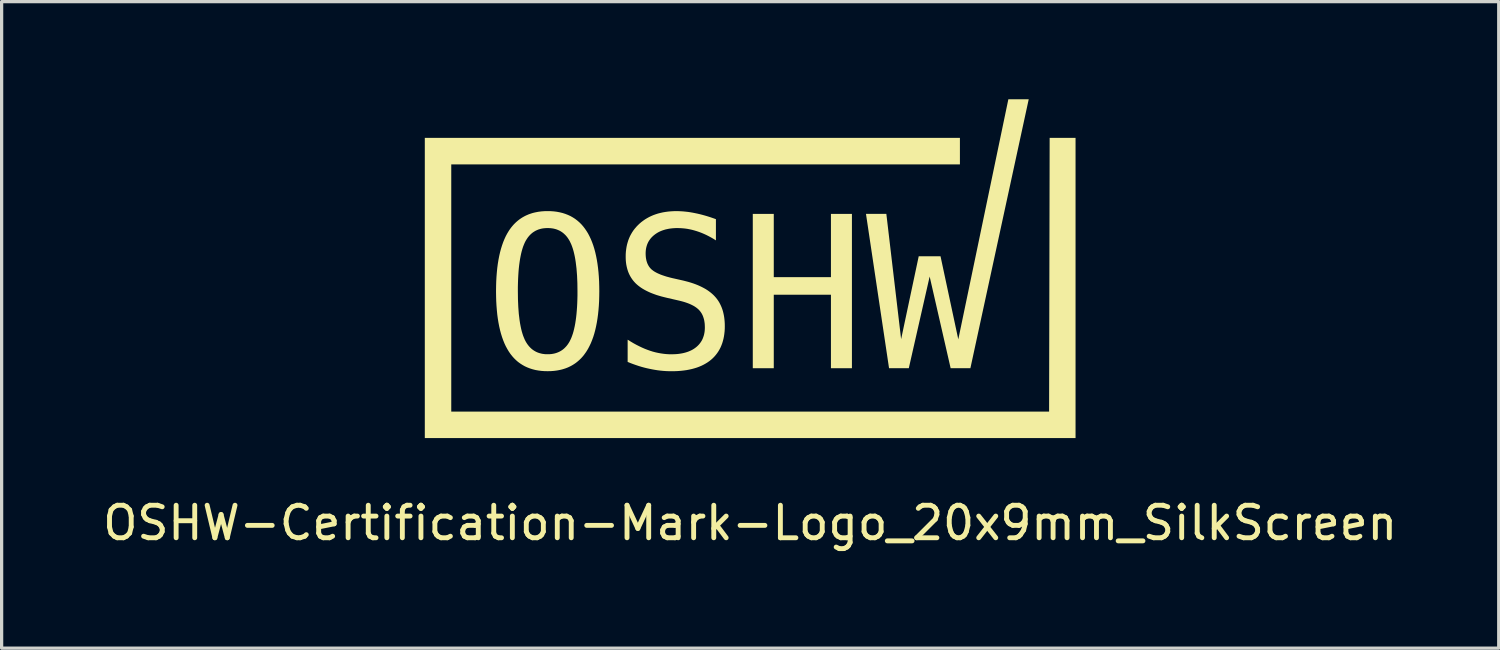
<source format=kicad_pcb>
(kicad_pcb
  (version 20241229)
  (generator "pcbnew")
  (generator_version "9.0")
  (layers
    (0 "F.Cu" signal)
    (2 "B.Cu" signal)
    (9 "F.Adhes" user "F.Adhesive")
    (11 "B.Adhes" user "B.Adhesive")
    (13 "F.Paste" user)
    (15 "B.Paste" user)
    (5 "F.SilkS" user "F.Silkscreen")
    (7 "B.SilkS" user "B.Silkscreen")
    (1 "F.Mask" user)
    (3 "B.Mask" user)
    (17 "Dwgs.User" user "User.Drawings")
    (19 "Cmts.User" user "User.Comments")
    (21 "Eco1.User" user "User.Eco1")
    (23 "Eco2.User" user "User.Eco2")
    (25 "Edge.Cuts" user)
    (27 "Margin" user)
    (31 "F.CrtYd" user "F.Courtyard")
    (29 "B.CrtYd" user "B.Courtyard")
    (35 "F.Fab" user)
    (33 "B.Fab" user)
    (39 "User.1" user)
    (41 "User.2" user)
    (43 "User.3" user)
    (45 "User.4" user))
  (footprint "OSHW-Certification-Mark-Logo_20x9mm_SilkScreen"
    (layer "F.Cu")
    (at 20.006 5.185)
    (property "Reference" "OSHW-Certification-Mark-Logo_20x9mm_SilkScreen" (at 0.000154 7.838 0) (unlocked yes) (layer "F.SilkS") (effects (font (size 1 1) (thickness 0.15))))
    (attr board_only exclude_from_pos_files exclude_from_bom allow_missing_courtyard)
    (fp_poly (pts (xy -4.637 0.715) (xy -4.637 0.715) (xy -4.637 0.715)) (stroke (width 0) (type solid)) (fill yes) (layer "F.SilkS"))
    (fp_poly (pts (xy -1.053 -1.499) (xy -1.053 -1.499) (xy -1.053 -1.499)) (stroke (width 0) (type solid)) (fill yes) (layer "F.SilkS"))
    (fp_poly (pts (xy 10 5.228) (xy -10 5.228) (xy -10 -3.997) (xy 6.446 -3.997) (xy 6.446 -3.183) (xy -9.187 -3.183) (xy -9.187 4.415) (xy 9.187 4.415) (xy 9.204 -3.997) (xy 10 -3.997)) (stroke (width 0) (type solid)) (fill yes) (layer "F.SilkS"))
    (fp_poly (pts (xy 0.725 0.283) (xy 2.482 0.283) (xy 2.482 -1.661) (xy 3.127 -1.661) (xy 3.127 3.082) (xy 2.482 3.082) (xy 2.482 0.823) (xy 0.725 0.823) (xy 0.725 3.082) (xy 0.08 3.082) (xy 0.08 -1.661) (xy 0.725 -1.661)) (stroke (width 0) (type solid)) (fill yes) (layer "F.SilkS"))
    (fp_poly (pts (xy 6.768 3.082) (xy 6.161 3.082) (xy 5.516 0.264) (xy 4.875 3.082) (xy 4.268 3.082) (xy 3.559 -1.661) (xy 4.185 -1.661) (xy 4.639 2.189) (xy 5.18 -0.359) (xy 5.85 -0.359) (xy 6.396 2.195) (xy 7.935 -5.185) (xy 8.561 -5.185)) (stroke (width 0) (type solid)) (fill yes) (layer "F.SilkS"))
    (fp_poly (pts (xy -6.127 -1.745) (xy -6.031 -1.738) (xy -5.939 -1.726) (xy -5.85 -1.709) (xy -5.764 -1.688) (xy -5.681 -1.661) (xy -5.601 -1.63) (xy -5.525 -1.595) (xy -5.452 -1.554) (xy -5.382 -1.509) (xy -5.316 -1.459) (xy -5.252 -1.404) (xy -5.192 -1.345) (xy -5.135 -1.28) (xy -5.082 -1.211) (xy -5.031 -1.137) (xy -4.983 -1.059) (xy -4.939 -0.975) (xy -4.897 -0.886) (xy -4.859 -0.793) (xy -4.823 -0.694) (xy -4.791 -0.591) (xy -4.762 -0.483) (xy -4.736 -0.369) (xy -4.713 -0.251) (xy -4.693 -0.128) (xy -4.676 0.000166) (xy -4.662 0.133) (xy -4.651 0.271) (xy -4.643 0.414) (xy -4.639 0.562) (xy -4.637 0.715) (xy -4.639 0.867) (xy -4.643 1.015) (xy -4.651 1.157) (xy -4.662 1.295) (xy -4.676 1.428) (xy -4.693 1.555) (xy -4.713 1.678) (xy -4.736 1.796) (xy -4.762 1.909) (xy -4.791 2.018) (xy -4.823 2.121) (xy -4.859 2.219) (xy -4.897 2.313) (xy -4.939 2.401) (xy -4.983 2.485) (xy -5.031 2.564) (xy -5.056 2.601) (xy -5.082 2.637) (xy -5.108 2.673) (xy -5.135 2.707) (xy -5.163 2.739) (xy -5.192 2.771) (xy -5.222 2.801) (xy -5.252 2.83) (xy -5.284 2.858) (xy -5.316 2.885) (xy -5.349 2.911) (xy -5.382 2.935) (xy -5.417 2.958) (xy -5.452 2.98) (xy -5.488 3.001) (xy -5.525 3.021) (xy -5.563 3.039) (xy -5.601 3.057) (xy -5.641 3.073) (xy -5.681 3.088) (xy -5.722 3.101) (xy -5.764 3.114) (xy -5.806 3.125) (xy -5.85 3.135) (xy -5.894 3.144) (xy -5.939 3.152) (xy -6.031 3.164) (xy -6.127 3.171) (xy -6.226 3.173) (xy -6.324 3.171) (xy -6.42 3.164) (xy -6.512 3.152) (xy -6.602 3.136) (xy -6.688 3.114) (xy -6.77 3.088) (xy -6.85 3.057) (xy -6.926 3.022) (xy -6.999 2.981) (xy -7.069 2.936) (xy -7.136 2.887) (xy -7.199 2.832) (xy -7.259 2.773) (xy -7.316 2.709) (xy -7.37 2.64) (xy -7.42 2.567) (xy -7.467 2.488) (xy -7.512 2.405) (xy -7.553 2.317) (xy -7.591 2.223) (xy -7.626 2.125) (xy -7.658 2.022) (xy -7.687 1.914) (xy -7.713 1.8) (xy -7.736 1.682) (xy -7.756 1.559) (xy -7.773 1.431) (xy -7.786 1.297) (xy -7.797 1.159) (xy -7.805 1.016) (xy -7.809 0.868) (xy -7.811 0.715) (xy -7.14 0.715) (xy -7.137 0.966) (xy -7.127 1.199) (xy -7.111 1.413) (xy -7.087 1.608) (xy -7.073 1.699) (xy -7.057 1.785) (xy -7.04 1.867) (xy -7.021 1.944) (xy -7 2.016) (xy -6.978 2.083) (xy -6.953 2.146) (xy -6.928 2.205) (xy -6.9 2.259) (xy -6.885 2.285) (xy -6.869 2.31) (xy -6.854 2.334) (xy -6.837 2.357) (xy -6.82 2.379) (xy -6.803 2.401) (xy -6.785 2.421) (xy -6.766 2.441) (xy -6.747 2.46) (xy -6.728 2.478) (xy -6.708 2.495) (xy -6.687 2.511) (xy -6.666 2.526) (xy -6.644 2.541) (xy -6.622 2.554) (xy -6.599 2.567) (xy -6.576 2.579) (xy -6.552 2.59) (xy -6.528 2.6) (xy -6.503 2.609) (xy -6.478 2.617) (xy -6.452 2.624) (xy -6.425 2.631) (xy -6.398 2.637) (xy -6.371 2.642) (xy -6.343 2.645) (xy -6.314 2.649) (xy -6.285 2.651) (xy -6.226 2.652) (xy -6.166 2.651) (xy -6.108 2.646) (xy -6.052 2.637) (xy -5.998 2.625) (xy -5.947 2.609) (xy -5.898 2.59) (xy -5.85 2.567) (xy -5.805 2.541) (xy -5.763 2.512) (xy -5.722 2.479) (xy -5.684 2.442) (xy -5.647 2.402) (xy -5.613 2.359) (xy -5.581 2.312) (xy -5.551 2.262) (xy -5.524 2.208) (xy -5.497 2.149) (xy -5.473 2.086) (xy -5.45 2.019) (xy -5.429 1.946) (xy -5.41 1.869) (xy -5.392 1.788) (xy -5.376 1.702) (xy -5.362 1.611) (xy -5.349 1.515) (xy -5.338 1.415) (xy -5.329 1.31) (xy -5.321 1.2) (xy -5.315 1.086) (xy -5.311 0.967) (xy -5.308 0.843) (xy -5.308 0.715) (xy -5.311 0.463) (xy -5.321 0.23) (xy -5.338 0.015) (xy -5.362 -0.181) (xy -5.376 -0.272) (xy -5.392 -0.358) (xy -5.41 -0.44) (xy -5.429 -0.517) (xy -5.45 -0.589) (xy -5.473 -0.657) (xy -5.497 -0.72) (xy -5.524 -0.778) (xy -5.551 -0.833) (xy -5.566 -0.858) (xy -5.581 -0.883) (xy -5.597 -0.907) (xy -5.613 -0.931) (xy -5.63 -0.953) (xy -5.647 -0.974) (xy -5.665 -0.995) (xy -5.684 -1.015) (xy -5.703 -1.033) (xy -5.722 -1.051) (xy -5.742 -1.068) (xy -5.763 -1.085) (xy -5.784 -1.1) (xy -5.805 -1.114) (xy -5.828 -1.128) (xy -5.85 -1.141) (xy -5.874 -1.152) (xy -5.898 -1.163) (xy -5.922 -1.173) (xy -5.947 -1.183) (xy -5.972 -1.191) (xy -5.998 -1.198) (xy -6.025 -1.205) (xy -6.052 -1.211) (xy -6.079 -1.215) (xy -6.108 -1.219) (xy -6.136 -1.222) (xy -6.166 -1.224) (xy -6.226 -1.226) (xy -6.285 -1.224) (xy -6.343 -1.219) (xy -6.398 -1.211) (xy -6.452 -1.198) (xy -6.503 -1.183) (xy -6.552 -1.163) (xy -6.599 -1.141) (xy -6.644 -1.114) (xy -6.687 -1.085) (xy -6.728 -1.051) (xy -6.766 -1.015) (xy -6.803 -0.974) (xy -6.837 -0.931) (xy -6.869 -0.883) (xy -6.9 -0.833) (xy -6.928 -0.778) (xy -6.953 -0.72) (xy -6.978 -0.657) (xy -7 -0.589) (xy -7.021 -0.517) (xy -7.04 -0.44) (xy -7.057 -0.358) (xy -7.073 -0.272) (xy -7.087 -0.181) (xy -7.1 -0.085) (xy -7.111 0.015) (xy -7.12 0.12) (xy -7.127 0.229) (xy -7.133 0.344) (xy -7.137 0.463) (xy -7.14 0.586) (xy -7.14 0.715) (xy -7.811 0.715) (xy -7.811 0.715) (xy -7.809 0.562) (xy -7.805 0.414) (xy -7.797 0.271) (xy -7.786 0.133) (xy -7.773 0.000166) (xy -7.756 -0.128) (xy -7.736 -0.251) (xy -7.713 -0.369) (xy -7.687 -0.483) (xy -7.658 -0.591) (xy -7.626 -0.694) (xy -7.591 -0.793) (xy -7.553 -0.886) (xy -7.512 -0.975) (xy -7.467 -1.059) (xy -7.42 -1.137) (xy -7.395 -1.175) (xy -7.369 -1.211) (xy -7.343 -1.246) (xy -7.315 -1.28) (xy -7.287 -1.313) (xy -7.258 -1.345) (xy -7.228 -1.375) (xy -7.198 -1.404) (xy -7.166 -1.432) (xy -7.134 -1.459) (xy -7.101 -1.485) (xy -7.067 -1.509) (xy -7.033 -1.532) (xy -6.998 -1.554) (xy -6.961 -1.575) (xy -6.924 -1.595) (xy -6.887 -1.613) (xy -6.848 -1.63) (xy -6.809 -1.647) (xy -6.769 -1.661) (xy -6.728 -1.675) (xy -6.686 -1.688) (xy -6.644 -1.699) (xy -6.6 -1.709) (xy -6.512 -1.726) (xy -6.419 -1.738) (xy -6.324 -1.745) (xy -6.226 -1.747)) (stroke (width 0) (type solid)) (fill yes) (layer "F.SilkS"))
    (fp_poly (pts (xy -2.195 -1.745) (xy -2.125 -1.742) (xy -2.054 -1.737) (xy -1.983 -1.73) (xy -1.911 -1.722) (xy -1.837 -1.711) (xy -1.763 -1.698) (xy -1.688 -1.683) (xy -1.612 -1.667) (xy -1.535 -1.649) (xy -1.458 -1.629) (xy -1.379 -1.607) (xy -1.299 -1.583) (xy -1.218 -1.557) (xy -1.136 -1.529) (xy -1.053 -1.499) (xy -1.053 -0.847) (xy -1.126 -0.893) (xy -1.199 -0.935) (xy -1.273 -0.975) (xy -1.346 -1.012) (xy -1.42 -1.046) (xy -1.493 -1.077) (xy -1.567 -1.105) (xy -1.641 -1.13) (xy -1.714 -1.152) (xy -1.787 -1.172) (xy -1.861 -1.188) (xy -1.934 -1.202) (xy -2.008 -1.212) (xy -2.083 -1.219) (xy -2.157 -1.224) (xy -2.232 -1.225) (xy -2.288 -1.225) (xy -2.342 -1.222) (xy -2.395 -1.218) (xy -2.447 -1.212) (xy -2.497 -1.205) (xy -2.545 -1.195) (xy -2.593 -1.185) (xy -2.638 -1.172) (xy -2.682 -1.158) (xy -2.725 -1.142) (xy -2.766 -1.125) (xy -2.806 -1.106) (xy -2.844 -1.085) (xy -2.881 -1.062) (xy -2.916 -1.038) (xy -2.949 -1.013) (xy -2.981 -0.986) (xy -3.011 -0.958) (xy -3.039 -0.929) (xy -3.065 -0.898) (xy -3.088 -0.867) (xy -3.11 -0.834) (xy -3.13 -0.801) (xy -3.147 -0.766) (xy -3.163 -0.729) (xy -3.176 -0.692) (xy -3.187 -0.654) (xy -3.197 -0.614) (xy -3.204 -0.573) (xy -3.209 -0.531) (xy -3.212 -0.488) (xy -3.213 -0.444) (xy -3.212 -0.405) (xy -3.21 -0.368) (xy -3.207 -0.331) (xy -3.202 -0.296) (xy -3.196 -0.262) (xy -3.189 -0.229) (xy -3.18 -0.197) (xy -3.17 -0.167) (xy -3.159 -0.137) (xy -3.146 -0.109) (xy -3.132 -0.082) (xy -3.117 -0.056) (xy -3.1 -0.031) (xy -3.082 -0.008) (xy -3.062 0.015) (xy -3.042 0.036) (xy -3.019 0.056) (xy -2.993 0.076) (xy -2.966 0.096) (xy -2.936 0.115) (xy -2.903 0.134) (xy -2.869 0.152) (xy -2.832 0.17) (xy -2.792 0.187) (xy -2.751 0.205) (xy -2.707 0.221) (xy -2.66 0.237) (xy -2.612 0.253) (xy -2.561 0.269) (xy -2.507 0.283) (xy -2.452 0.298) (xy -2.394 0.312) (xy -2.057 0.388) (xy -1.975 0.409) (xy -1.896 0.43) (xy -1.819 0.453) (xy -1.746 0.477) (xy -1.675 0.503) (xy -1.607 0.53) (xy -1.542 0.559) (xy -1.48 0.589) (xy -1.421 0.62) (xy -1.364 0.652) (xy -1.311 0.686) (xy -1.26 0.722) (xy -1.212 0.759) (xy -1.167 0.797) (xy -1.124 0.837) (xy -1.085 0.878) (xy -1.048 0.92) (xy -1.013 0.965) (xy -0.981 1.011) (xy -0.951 1.059) (xy -0.924 1.11) (xy -0.899 1.162) (xy -0.876 1.216) (xy -0.856 1.271) (xy -0.838 1.329) (xy -0.823 1.389) (xy -0.81 1.45) (xy -0.799 1.514) (xy -0.791 1.579) (xy -0.785 1.646) (xy -0.781 1.715) (xy -0.78 1.786) (xy -0.781 1.869) (xy -0.786 1.95) (xy -0.795 2.029) (xy -0.806 2.104) (xy -0.821 2.178) (xy -0.839 2.248) (xy -0.86 2.317) (xy -0.885 2.383) (xy -0.912 2.446) (xy -0.944 2.507) (xy -0.978 2.565) (xy -1.016 2.621) (xy -1.057 2.674) (xy -1.101 2.725) (xy -1.148 2.773) (xy -1.199 2.819) (xy -1.253 2.862) (xy -1.31 2.902) (xy -1.37 2.939) (xy -1.433 2.974) (xy -1.498 3.006) (xy -1.567 3.035) (xy -1.639 3.062) (xy -1.714 3.085) (xy -1.791 3.106) (xy -1.872 3.124) (xy -1.956 3.14) (xy -2.043 3.152) (xy -2.132 3.162) (xy -2.225 3.169) (xy -2.32 3.173) (xy -2.419 3.174) (xy -2.502 3.173) (xy -2.586 3.17) (xy -2.67 3.164) (xy -2.753 3.156) (xy -2.837 3.146) (xy -2.921 3.133) (xy -3.005 3.118) (xy -3.089 3.101) (xy -3.173 3.083) (xy -3.258 3.062) (xy -3.342 3.039) (xy -3.427 3.013) (xy -3.511 2.985) (xy -3.596 2.955) (xy -3.681 2.923) (xy -3.766 2.888) (xy -3.766 2.205) (xy -3.675 2.261) (xy -3.586 2.314) (xy -3.498 2.362) (xy -3.411 2.406) (xy -3.325 2.447) (xy -3.241 2.484) (xy -3.158 2.516) (xy -3.077 2.545) (xy -2.995 2.571) (xy -2.913 2.593) (xy -2.831 2.611) (xy -2.749 2.626) (xy -2.666 2.638) (xy -2.584 2.647) (xy -2.502 2.652) (xy -2.419 2.653) (xy -2.359 2.652) (xy -2.301 2.65) (xy -2.244 2.646) (xy -2.189 2.64) (xy -2.136 2.632) (xy -2.085 2.623) (xy -2.035 2.612) (xy -1.987 2.599) (xy -1.941 2.585) (xy -1.896 2.569) (xy -1.853 2.551) (xy -1.811 2.532) (xy -1.772 2.511) (xy -1.734 2.488) (xy -1.697 2.463) (xy -1.663 2.437) (xy -1.63 2.409) (xy -1.6 2.38) (xy -1.571 2.349) (xy -1.545 2.317) (xy -1.521 2.284) (xy -1.498 2.249) (xy -1.478 2.213) (xy -1.46 2.175) (xy -1.445 2.136) (xy -1.431 2.096) (xy -1.419 2.055) (xy -1.41 2.012) (xy -1.402 1.968) (xy -1.397 1.922) (xy -1.394 1.876) (xy -1.393 1.827) (xy -1.394 1.784) (xy -1.396 1.741) (xy -1.399 1.7) (xy -1.405 1.66) (xy -1.411 1.621) (xy -1.419 1.584) (xy -1.429 1.548) (xy -1.44 1.514) (xy -1.452 1.48) (xy -1.466 1.448) (xy -1.481 1.418) (xy -1.498 1.388) (xy -1.517 1.36) (xy -1.536 1.334) (xy -1.558 1.308) (xy -1.58 1.284) (xy -1.604 1.261) (xy -1.631 1.239) (xy -1.659 1.217) (xy -1.69 1.196) (xy -1.722 1.175) (xy -1.757 1.156) (xy -1.794 1.137) (xy -1.834 1.118) (xy -1.875 1.1) (xy -1.919 1.083) (xy -1.964 1.067) (xy -2.012 1.051) (xy -2.062 1.036) (xy -2.114 1.022) (xy -2.169 1.008) (xy -2.225 0.995) (xy -2.568 0.916) (xy -2.649 0.896) (xy -2.728 0.876) (xy -2.803 0.854) (xy -2.876 0.832) (xy -2.946 0.807) (xy -3.013 0.782) (xy -3.077 0.756) (xy -3.138 0.728) (xy -3.197 0.699) (xy -3.253 0.669) (xy -3.306 0.638) (xy -3.356 0.606) (xy -3.403 0.572) (xy -3.447 0.538) (xy -3.489 0.502) (xy -3.528 0.465) (xy -3.564 0.426) (xy -3.598 0.386) (xy -3.629 0.344) (xy -3.658 0.301) (xy -3.685 0.256) (xy -3.71 0.209) (xy -3.732 0.161) (xy -3.752 0.111) (xy -3.769 0.06) (xy -3.784 0.007) (xy -3.797 -0.048) (xy -3.808 -0.104) (xy -3.816 -0.162) (xy -3.822 -0.222) (xy -3.825 -0.283) (xy -3.826 -0.345) (xy -3.825 -0.424) (xy -3.82 -0.5) (xy -3.811 -0.575) (xy -3.8 -0.647) (xy -3.785 -0.718) (xy -3.766 -0.786) (xy -3.745 -0.853) (xy -3.72 -0.917) (xy -3.692 -0.98) (xy -3.66 -1.04) (xy -3.625 -1.099) (xy -3.587 -1.156) (xy -3.545 -1.21) (xy -3.5 -1.263) (xy -3.452 -1.313) (xy -3.401 -1.362) (xy -3.346 -1.409) (xy -3.289 -1.452) (xy -3.23 -1.493) (xy -3.169 -1.53) (xy -3.105 -1.565) (xy -3.04 -1.596) (xy -2.972 -1.625) (xy -2.902 -1.65) (xy -2.83 -1.673) (xy -2.755 -1.692) (xy -2.679 -1.709) (xy -2.6 -1.722) (xy -2.519 -1.733) (xy -2.436 -1.74) (xy -2.351 -1.745) (xy -2.263 -1.746)) (stroke (width 0) (type solid)) (fill yes) (layer "F.SilkS")))
  (gr_rect
    (start -3 -3)
    (end 43.012 16.871)
    (stroke (width 0.1) (type default))
    (fill no)
    (layer "Edge.Cuts")))
</source>
